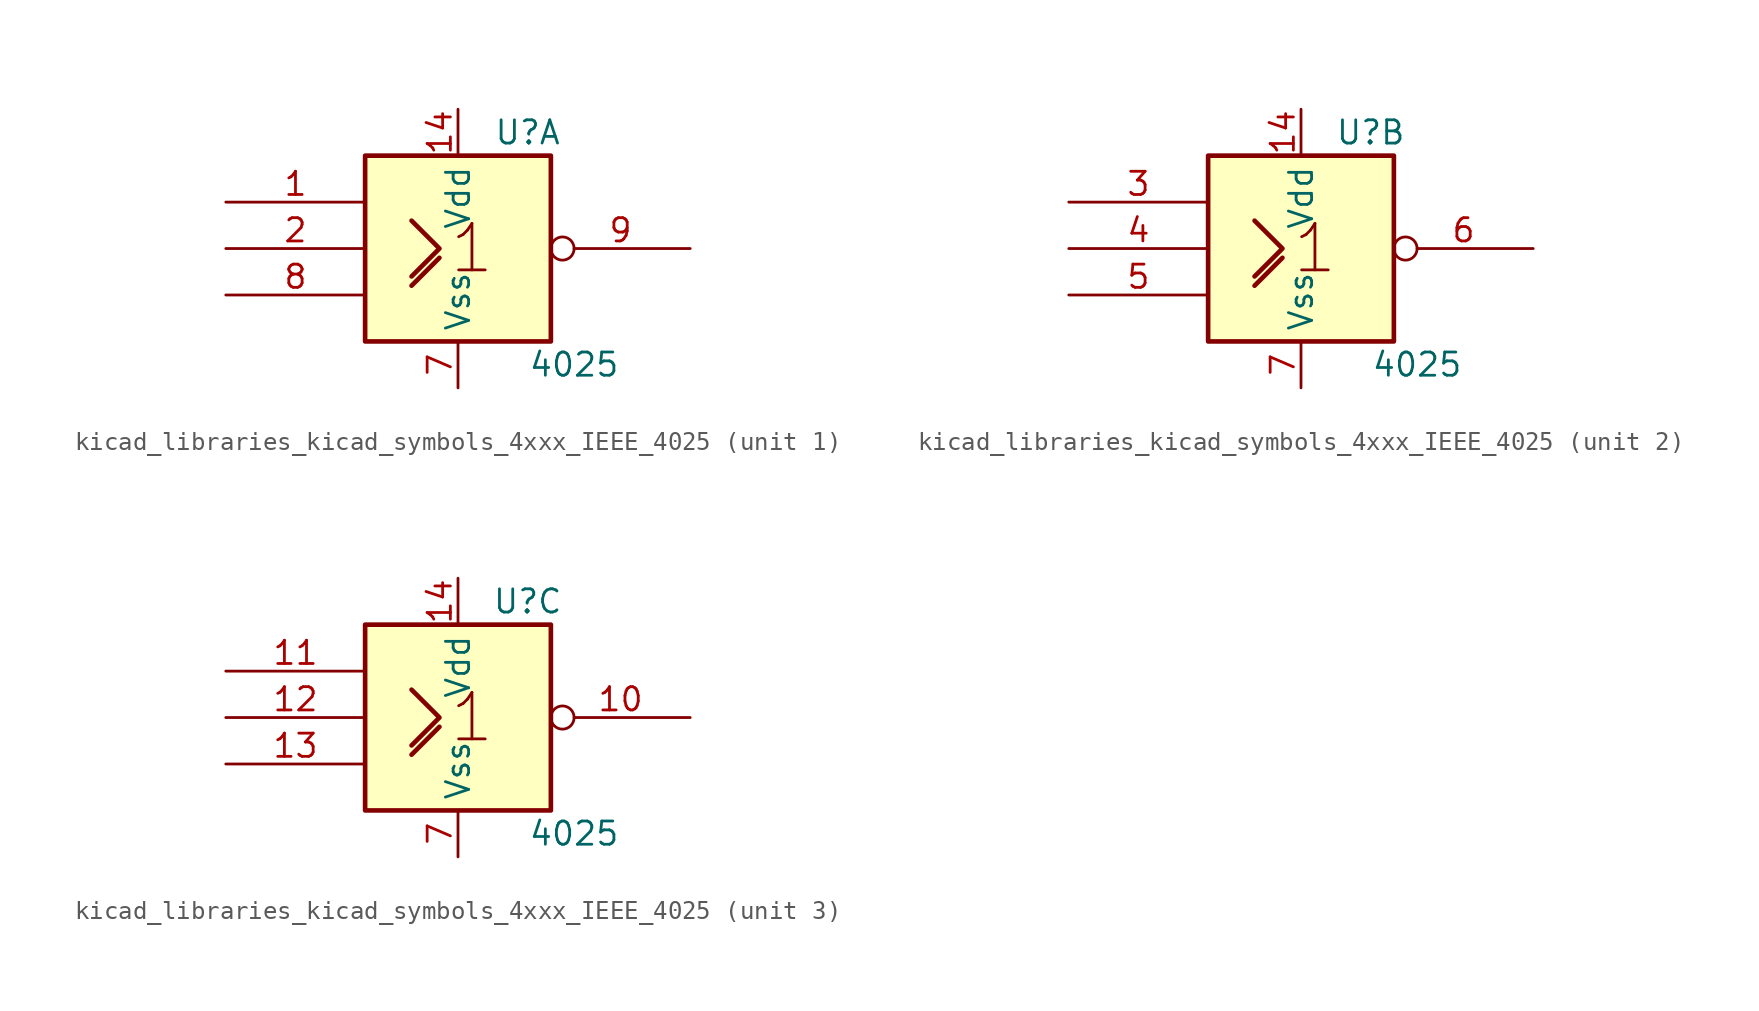
<source format=kicad_sym>
(kicad_symbol_lib
  (version 20220914)
  (generator kicad_symbol_editor)
  (symbol "kicad_libraries_kicad_symbols_4xxx_IEEE_4025"
    (property "Reference" "U"
      (at 3.81 6.35 0)
      (effects (font (size 1.27 1.27))))
    (property "Value" "4025"
      (at 6.35 -6.35 0)
      (effects (font (size 1.27 1.27))))
    (symbol "kicad_libraries_kicad_symbols_4xxx_IEEE_4025_0_0"
      (rectangle (start -5.08 5.08) (end 5.08 -5.08) (stroke (width 0.254) (type default)) (fill (type background)))
      (polyline (pts (xy -2.54 -2.032) (xy -1.016 -0.508) (xy -1.016 -0.508)) (stroke (width 0.254) (type default)) (fill (type background)))
      (polyline (pts (xy -2.54 1.524) (xy -1.016 0) (xy -2.54 -1.524) (xy -2.54 -1.524)) (stroke (width 0.254) (type default)) (fill (type background)))
      (text "1" (at 0.762 0 0) (effects (font (size 2.54 2.54))))
      (pin power_in line (at 0 7.62 270) (length 2.54) (name "Vdd" (effects (font (size 1.27 1.27)))) (number "14" (effects (font (size 1.27 1.27)))))
      (pin power_in line (at 0 -7.62 90) (length 2.54) (name "Vss" (effects (font (size 1.27 1.27)))) (number "7" (effects (font (size 1.27 1.27))))))
    (symbol "kicad_libraries_kicad_symbols_4xxx_IEEE_4025_1_1"
      (pin input line (at -12.7 2.54 0) (length 7.62) (name "~" (effects (font (size 1.27 1.27)))) (number "1" (effects (font (size 1.27 1.27)))))
      (pin input line (at -12.7 0 0) (length 7.62) (name "~" (effects (font (size 1.27 1.27)))) (number "2" (effects (font (size 1.27 1.27)))))
      (pin input line (at -12.7 -2.54 0) (length 7.62) (name "~" (effects (font (size 1.27 1.27)))) (number "8" (effects (font (size 1.27 1.27)))))
      (pin output inverted (at 12.7 0 180) (length 7.62) (name "~" (effects (font (size 1.27 1.27)))) (number "9" (effects (font (size 1.27 1.27))))))
    (symbol "kicad_libraries_kicad_symbols_4xxx_IEEE_4025_2_1"
      (pin input line (at -12.7 2.54 0) (length 7.62) (name "~" (effects (font (size 1.27 1.27)))) (number "3" (effects (font (size 1.27 1.27)))))
      (pin input line (at -12.7 0 0) (length 7.62) (name "~" (effects (font (size 1.27 1.27)))) (number "4" (effects (font (size 1.27 1.27)))))
      (pin input line (at -12.7 -2.54 0) (length 7.62) (name "~" (effects (font (size 1.27 1.27)))) (number "5" (effects (font (size 1.27 1.27)))))
      (pin output inverted (at 12.7 0 180) (length 7.62) (name "~" (effects (font (size 1.27 1.27)))) (number "6" (effects (font (size 1.27 1.27))))))
    (symbol "kicad_libraries_kicad_symbols_4xxx_IEEE_4025_3_1"
      (pin output inverted (at 12.7 0 180) (length 7.62) (name "~" (effects (font (size 1.27 1.27)))) (number "10" (effects (font (size 1.27 1.27)))))
      (pin input line (at -12.7 2.54 0) (length 7.62) (name "~" (effects (font (size 1.27 1.27)))) (number "11" (effects (font (size 1.27 1.27)))))
      (pin input line (at -12.7 0 0) (length 7.62) (name "~" (effects (font (size 1.27 1.27)))) (number "12" (effects (font (size 1.27 1.27)))))
      (pin input line (at -12.7 -2.54 0) (length 7.62) (name "~" (effects (font (size 1.27 1.27)))) (number "13" (effects (font (size 1.27 1.27))))))))
</source>
